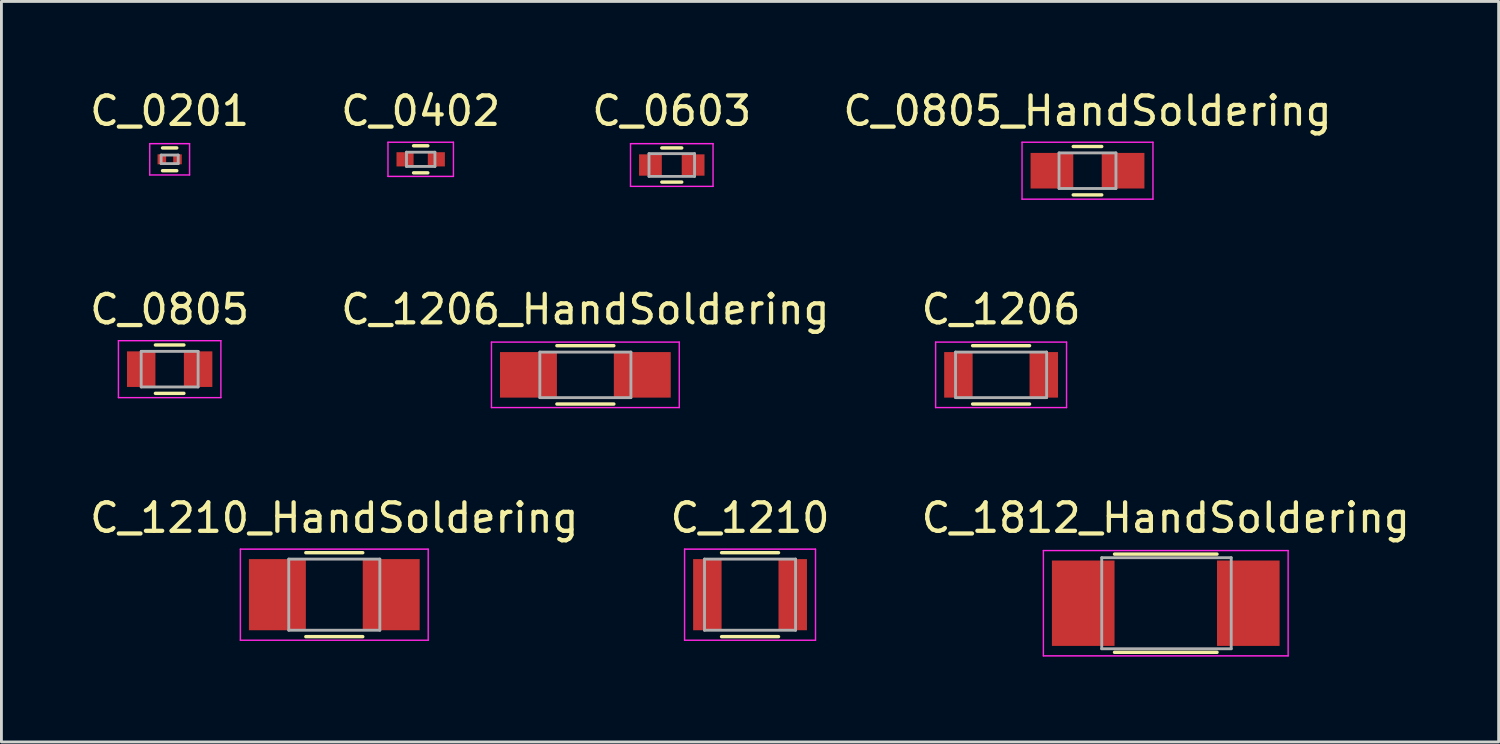
<source format=kicad_pcb>
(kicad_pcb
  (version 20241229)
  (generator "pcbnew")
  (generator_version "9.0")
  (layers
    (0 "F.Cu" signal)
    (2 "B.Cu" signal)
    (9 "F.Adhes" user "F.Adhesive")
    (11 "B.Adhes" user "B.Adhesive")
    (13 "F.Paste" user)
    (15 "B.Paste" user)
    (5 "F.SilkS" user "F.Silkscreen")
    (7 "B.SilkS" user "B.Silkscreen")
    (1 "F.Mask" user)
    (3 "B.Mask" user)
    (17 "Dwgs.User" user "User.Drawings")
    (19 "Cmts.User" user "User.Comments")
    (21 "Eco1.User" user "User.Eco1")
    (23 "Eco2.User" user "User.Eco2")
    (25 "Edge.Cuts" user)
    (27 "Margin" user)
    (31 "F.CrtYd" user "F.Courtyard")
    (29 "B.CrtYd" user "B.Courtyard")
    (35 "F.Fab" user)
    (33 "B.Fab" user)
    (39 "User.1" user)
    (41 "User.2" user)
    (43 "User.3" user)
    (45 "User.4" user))
  (footprint "C_0402"
    (layer "F.Cu")
    (at 11.732 2.548)
    (property "Reference" "C_0402" (at 0 -1.7 0) (layer "F.SilkS") (effects (font (size 1 1) (thickness 0.15))))
    (attr smd)
    (fp_line (start -0.25 0.475) (end 0.25 0.475) (stroke (width 0.12) (type solid)) (layer "F.SilkS"))
    (fp_line (start 0.25 -0.475) (end -0.25 -0.475) (stroke (width 0.12) (type solid)) (layer "F.SilkS"))
    (fp_line (start -1.15 -0.6) (end -1.15 0.6) (stroke (width 0.05) (type solid)) (layer "F.CrtYd"))
    (fp_line (start -1.15 -0.6) (end 1.15 -0.6) (stroke (width 0.05) (type solid)) (layer "F.CrtYd"))
    (fp_line (start -1.15 0.6) (end 1.15 0.6) (stroke (width 0.05) (type solid)) (layer "F.CrtYd"))
    (fp_line (start 1.15 -0.6) (end 1.15 0.6) (stroke (width 0.05) (type solid)) (layer "F.CrtYd"))
    (fp_line (start -0.5 -0.25) (end 0.5 -0.25) (stroke (width 0.1) (type solid)) (layer "F.Fab"))
    (fp_line (start -0.5 0.25) (end -0.5 -0.25) (stroke (width 0.1) (type solid)) (layer "F.Fab"))
    (fp_line (start 0.5 -0.25) (end 0.5 0.25) (stroke (width 0.1) (type solid)) (layer "F.Fab"))
    (fp_line (start 0.5 0.25) (end -0.5 0.25) (stroke (width 0.1) (type solid)) (layer "F.Fab"))
    (pad "1" smd rect (at -0.55 0) (size 0.6 0.5) (layers "F.Cu" "F.Mask" "F.Paste"))
    (pad "2" smd rect (at 0.55 0) (size 0.6 0.5) (layers "F.Cu" "F.Mask" "F.Paste")))
  (footprint "C_1210_HandSoldering"
    (layer "F.Cu")
    (at 8.696 17.845)
    (property "Reference" "C_1210_HandSoldering" (at 0 -2.7 0) (layer "F.SilkS") (effects (font (size 1 1) (thickness 0.15))))
    (attr smd)
    (fp_line (start -1 1.475) (end 1 1.475) (stroke (width 0.12) (type solid)) (layer "F.SilkS"))
    (fp_line (start 1 -1.475) (end -1 -1.475) (stroke (width 0.12) (type solid)) (layer "F.SilkS"))
    (fp_line (start -3.3 -1.6) (end -3.3 1.6) (stroke (width 0.05) (type solid)) (layer "F.CrtYd"))
    (fp_line (start -3.3 -1.6) (end 3.3 -1.6) (stroke (width 0.05) (type solid)) (layer "F.CrtYd"))
    (fp_line (start -3.3 1.6) (end 3.3 1.6) (stroke (width 0.05) (type solid)) (layer "F.CrtYd"))
    (fp_line (start 3.3 -1.6) (end 3.3 1.6) (stroke (width 0.05) (type solid)) (layer "F.CrtYd"))
    (fp_line (start -1.6 -1.25) (end 1.6 -1.25) (stroke (width 0.1) (type solid)) (layer "F.Fab"))
    (fp_line (start -1.6 1.25) (end -1.6 -1.25) (stroke (width 0.1) (type solid)) (layer "F.Fab"))
    (fp_line (start 1.6 -1.25) (end 1.6 1.25) (stroke (width 0.1) (type solid)) (layer "F.Fab"))
    (fp_line (start 1.6 1.25) (end -1.6 1.25) (stroke (width 0.1) (type solid)) (layer "F.Fab"))
    (pad "1" smd rect (at -2 0) (size 2 2.5) (layers "F.Cu" "F.Mask" "F.Paste"))
    (pad "2" smd rect (at 2 0) (size 2 2.5) (layers "F.Cu" "F.Mask" "F.Paste")))
  (footprint "C_1206_HandSoldering"
    (layer "F.Cu")
    (at 17.518 10.121)
    (property "Reference" "C_1206_HandSoldering" (at 0 -2.3 0) (layer "F.SilkS") (effects (font (size 1 1) (thickness 0.15))))
    (attr smd)
    (fp_line (start -1 1.025) (end 1 1.025) (stroke (width 0.12) (type solid)) (layer "F.SilkS"))
    (fp_line (start 1 -1.025) (end -1 -1.025) (stroke (width 0.12) (type solid)) (layer "F.SilkS"))
    (fp_line (start -3.3 -1.15) (end -3.3 1.15) (stroke (width 0.05) (type solid)) (layer "F.CrtYd"))
    (fp_line (start -3.3 -1.15) (end 3.3 -1.15) (stroke (width 0.05) (type solid)) (layer "F.CrtYd"))
    (fp_line (start -3.3 1.15) (end 3.3 1.15) (stroke (width 0.05) (type solid)) (layer "F.CrtYd"))
    (fp_line (start 3.3 -1.15) (end 3.3 1.15) (stroke (width 0.05) (type solid)) (layer "F.CrtYd"))
    (fp_line (start -1.6 -0.8) (end 1.6 -0.8) (stroke (width 0.1) (type solid)) (layer "F.Fab"))
    (fp_line (start -1.6 0.8) (end -1.6 -0.8) (stroke (width 0.1) (type solid)) (layer "F.Fab"))
    (fp_line (start 1.6 -0.8) (end 1.6 0.8) (stroke (width 0.1) (type solid)) (layer "F.Fab"))
    (fp_line (start 1.6 0.8) (end -1.6 0.8) (stroke (width 0.1) (type solid)) (layer "F.Fab"))
    (pad "1" smd rect (at -2 0) (size 2 1.6) (layers "F.Cu" "F.Mask" "F.Paste"))
    (pad "2" smd rect (at 2 0) (size 2 1.6) (layers "F.Cu" "F.Mask" "F.Paste")))
  (footprint "C_0805_HandSoldering"
    (layer "F.Cu")
    (at 35.161 2.948)
    (property "Reference" "C_0805_HandSoldering" (at 0 -2.1 0) (layer "F.SilkS") (effects (font (size 1 1) (thickness 0.15))))
    (attr smd)
    (fp_line (start -0.5 0.85) (end 0.5 0.85) (stroke (width 0.12) (type solid)) (layer "F.SilkS"))
    (fp_line (start 0.5 -0.85) (end -0.5 -0.85) (stroke (width 0.12) (type solid)) (layer "F.SilkS"))
    (fp_line (start -2.3 -1) (end -2.3 1) (stroke (width 0.05) (type solid)) (layer "F.CrtYd"))
    (fp_line (start -2.3 -1) (end 2.3 -1) (stroke (width 0.05) (type solid)) (layer "F.CrtYd"))
    (fp_line (start -2.3 1) (end 2.3 1) (stroke (width 0.05) (type solid)) (layer "F.CrtYd"))
    (fp_line (start 2.3 -1) (end 2.3 1) (stroke (width 0.05) (type solid)) (layer "F.CrtYd"))
    (fp_line (start -1 -0.625) (end 1 -0.625) (stroke (width 0.1) (type solid)) (layer "F.Fab"))
    (fp_line (start -1 0.625) (end -1 -0.625) (stroke (width 0.1) (type solid)) (layer "F.Fab"))
    (fp_line (start 1 -0.625) (end 1 0.625) (stroke (width 0.1) (type solid)) (layer "F.Fab"))
    (fp_line (start 1 0.625) (end -1 0.625) (stroke (width 0.1) (type solid)) (layer "F.Fab"))
    (pad "1" smd rect (at -1.25 0) (size 1.5 1.25) (layers "F.Cu" "F.Mask" "F.Paste"))
    (pad "2" smd rect (at 1.25 0) (size 1.5 1.25) (layers "F.Cu" "F.Mask" "F.Paste")))
  (footprint "C_0603"
    (layer "F.Cu")
    (at 20.554 2.748)
    (property "Reference" "C_0603" (at 0 -1.9 0) (layer "F.SilkS") (effects (font (size 1 1) (thickness 0.15))))
    (attr smd)
    (fp_line (start -0.35 -0.6) (end 0.35 -0.6) (stroke (width 0.12) (type solid)) (layer "F.SilkS"))
    (fp_line (start 0.35 0.6) (end -0.35 0.6) (stroke (width 0.12) (type solid)) (layer "F.SilkS"))
    (fp_line (start -1.45 -0.75) (end -1.45 0.75) (stroke (width 0.05) (type solid)) (layer "F.CrtYd"))
    (fp_line (start -1.45 -0.75) (end 1.45 -0.75) (stroke (width 0.05) (type solid)) (layer "F.CrtYd"))
    (fp_line (start -1.45 0.75) (end 1.45 0.75) (stroke (width 0.05) (type solid)) (layer "F.CrtYd"))
    (fp_line (start 1.45 -0.75) (end 1.45 0.75) (stroke (width 0.05) (type solid)) (layer "F.CrtYd"))
    (fp_line (start -0.8 -0.4) (end 0.8 -0.4) (stroke (width 0.1) (type solid)) (layer "F.Fab"))
    (fp_line (start -0.8 0.4) (end -0.8 -0.4) (stroke (width 0.1) (type solid)) (layer "F.Fab"))
    (fp_line (start 0.8 -0.4) (end 0.8 0.4) (stroke (width 0.1) (type solid)) (layer "F.Fab"))
    (fp_line (start 0.8 0.4) (end -0.8 0.4) (stroke (width 0.1) (type solid)) (layer "F.Fab"))
    (pad "1" smd rect (at -0.75 0) (size 0.8 0.75) (layers "F.Cu" "F.Mask" "F.Paste"))
    (pad "2" smd rect (at 0.75 0) (size 0.8 0.75) (layers "F.Cu" "F.Mask" "F.Paste")))
  (footprint "C_0805"
    (layer "F.Cu")
    (at 2.911 9.921)
    (property "Reference" "C_0805" (at 0 -2.1 0) (layer "F.SilkS") (effects (font (size 1 1) (thickness 0.15))))
    (attr smd)
    (fp_line (start -0.5 0.85) (end 0.5 0.85) (stroke (width 0.12) (type solid)) (layer "F.SilkS"))
    (fp_line (start 0.5 -0.85) (end -0.5 -0.85) (stroke (width 0.12) (type solid)) (layer "F.SilkS"))
    (fp_line (start -1.8 -1) (end -1.8 1) (stroke (width 0.05) (type solid)) (layer "F.CrtYd"))
    (fp_line (start -1.8 -1) (end 1.8 -1) (stroke (width 0.05) (type solid)) (layer "F.CrtYd"))
    (fp_line (start -1.8 1) (end 1.8 1) (stroke (width 0.05) (type solid)) (layer "F.CrtYd"))
    (fp_line (start 1.8 -1) (end 1.8 1) (stroke (width 0.05) (type solid)) (layer "F.CrtYd"))
    (fp_line (start -1 -0.625) (end 1 -0.625) (stroke (width 0.1) (type solid)) (layer "F.Fab"))
    (fp_line (start -1 0.625) (end -1 -0.625) (stroke (width 0.1) (type solid)) (layer "F.Fab"))
    (fp_line (start 1 -0.625) (end 1 0.625) (stroke (width 0.1) (type solid)) (layer "F.Fab"))
    (fp_line (start 1 0.625) (end -1 0.625) (stroke (width 0.1) (type solid)) (layer "F.Fab"))
    (pad "1" smd rect (at -1 0) (size 1 1.25) (layers "F.Cu" "F.Mask" "F.Paste"))
    (pad "2" smd rect (at 1 0) (size 1 1.25) (layers "F.Cu" "F.Mask" "F.Paste")))
  (footprint "C_1206"
    (layer "F.Cu")
    (at 32.125 10.121)
    (property "Reference" "C_1206" (at 0 -2.3 0) (layer "F.SilkS") (effects (font (size 1 1) (thickness 0.15))))
    (attr smd)
    (fp_line (start -1 1.025) (end 1 1.025) (stroke (width 0.12) (type solid)) (layer "F.SilkS"))
    (fp_line (start 1 -1.025) (end -1 -1.025) (stroke (width 0.12) (type solid)) (layer "F.SilkS"))
    (fp_line (start -2.3 -1.15) (end -2.3 1.15) (stroke (width 0.05) (type solid)) (layer "F.CrtYd"))
    (fp_line (start -2.3 -1.15) (end 2.3 -1.15) (stroke (width 0.05) (type solid)) (layer "F.CrtYd"))
    (fp_line (start -2.3 1.15) (end 2.3 1.15) (stroke (width 0.05) (type solid)) (layer "F.CrtYd"))
    (fp_line (start 2.3 -1.15) (end 2.3 1.15) (stroke (width 0.05) (type solid)) (layer "F.CrtYd"))
    (fp_line (start -1.6 -0.8) (end 1.6 -0.8) (stroke (width 0.1) (type solid)) (layer "F.Fab"))
    (fp_line (start -1.6 0.8) (end -1.6 -0.8) (stroke (width 0.1) (type solid)) (layer "F.Fab"))
    (fp_line (start 1.6 -0.8) (end 1.6 0.8) (stroke (width 0.1) (type solid)) (layer "F.Fab"))
    (fp_line (start 1.6 0.8) (end -1.6 0.8) (stroke (width 0.1) (type solid)) (layer "F.Fab"))
    (pad "1" smd rect (at -1.5 0) (size 1 1.6) (layers "F.Cu" "F.Mask" "F.Paste"))
    (pad "2" smd rect (at 1.5 0) (size 1 1.6) (layers "F.Cu" "F.Mask" "F.Paste")))
  (footprint "C_0201"
    (layer "F.Cu")
    (at 2.911 2.548)
    (property "Reference" "C_0201" (at 0 -1.7 0) (layer "F.SilkS") (effects (font (size 1 1) (thickness 0.15))))
    (attr smd)
    (fp_line (start -0.25 -0.4) (end 0.25 -0.4) (stroke (width 0.12) (type solid)) (layer "F.SilkS"))
    (fp_line (start 0.25 0.4) (end -0.25 0.4) (stroke (width 0.12) (type solid)) (layer "F.SilkS"))
    (fp_line (start -0.7 -0.55) (end -0.7 0.55) (stroke (width 0.05) (type solid)) (layer "F.CrtYd"))
    (fp_line (start -0.7 -0.55) (end 0.7 -0.55) (stroke (width 0.05) (type solid)) (layer "F.CrtYd"))
    (fp_line (start -0.7 0.55) (end 0.7 0.55) (stroke (width 0.05) (type solid)) (layer "F.CrtYd"))
    (fp_line (start 0.7 -0.55) (end 0.7 0.55) (stroke (width 0.05) (type solid)) (layer "F.CrtYd"))
    (fp_line (start -0.3 -0.15) (end 0.3 -0.15) (stroke (width 0.1) (type solid)) (layer "F.Fab"))
    (fp_line (start -0.3 0.15) (end -0.3 -0.15) (stroke (width 0.1) (type solid)) (layer "F.Fab"))
    (fp_line (start 0.3 -0.15) (end 0.3 0.15) (stroke (width 0.1) (type solid)) (layer "F.Fab"))
    (fp_line (start 0.3 0.15) (end -0.3 0.15) (stroke (width 0.1) (type solid)) (layer "F.Fab"))
    (pad "1" smd rect (at -0.275 0) (size 0.3 0.35) (layers "F.Cu" "F.Mask" "F.Paste"))
    (pad "2" smd rect (at 0.275 0) (size 0.3 0.35) (layers "F.Cu" "F.Mask" "F.Paste")))
  (footprint "C_1812_HandSoldering"
    (layer "F.Cu")
    (at 37.911 18.145)
    (property "Reference" "C_1812_HandSoldering" (at 0 -3 0) (layer "F.SilkS") (effects (font (size 1 1) (thickness 0.15))))
    (attr smd)
    (fp_line (start -1.8 1.725) (end 1.8 1.725) (stroke (width 0.12) (type solid)) (layer "F.SilkS"))
    (fp_line (start 1.8 -1.725) (end -1.8 -1.725) (stroke (width 0.12) (type solid)) (layer "F.SilkS"))
    (fp_line (start -4.3 -1.85) (end -4.3 1.85) (stroke (width 0.05) (type solid)) (layer "F.CrtYd"))
    (fp_line (start -4.3 -1.85) (end 4.3 -1.85) (stroke (width 0.05) (type solid)) (layer "F.CrtYd"))
    (fp_line (start -4.3 1.85) (end 4.3 1.85) (stroke (width 0.05) (type solid)) (layer "F.CrtYd"))
    (fp_line (start 4.3 -1.85) (end 4.3 1.85) (stroke (width 0.05) (type solid)) (layer "F.CrtYd"))
    (fp_line (start -2.25 -1.6) (end 2.3 -1.6) (stroke (width 0.1) (type solid)) (layer "F.Fab"))
    (fp_line (start -2.25 1.6) (end -2.25 -1.6) (stroke (width 0.1) (type solid)) (layer "F.Fab"))
    (fp_line (start 2.3 -1.6) (end 2.3 1.6) (stroke (width 0.1) (type solid)) (layer "F.Fab"))
    (fp_line (start 2.3 1.6) (end -2.25 1.6) (stroke (width 0.1) (type solid)) (layer "F.Fab"))
    (pad "1" smd rect (at -2.9 0) (size 2.2 3) (layers "F.Cu" "F.Mask" "F.Paste"))
    (pad "2" smd rect (at 2.9 0) (size 2.2 3) (layers "F.Cu" "F.Mask" "F.Paste")))
  (footprint "C_1210"
    (layer "F.Cu")
    (at 23.304 17.845)
    (property "Reference" "C_1210" (at 0 -2.7 0) (layer "F.SilkS") (effects (font (size 1 1) (thickness 0.15))))
    (attr smd)
    (fp_line (start -1 1.475) (end 1 1.475) (stroke (width 0.12) (type solid)) (layer "F.SilkS"))
    (fp_line (start 1 -1.475) (end -1 -1.475) (stroke (width 0.12) (type solid)) (layer "F.SilkS"))
    (fp_line (start -2.3 -1.6) (end -2.3 1.6) (stroke (width 0.05) (type solid)) (layer "F.CrtYd"))
    (fp_line (start -2.3 -1.6) (end 2.3 -1.6) (stroke (width 0.05) (type solid)) (layer "F.CrtYd"))
    (fp_line (start -2.3 1.6) (end 2.3 1.6) (stroke (width 0.05) (type solid)) (layer "F.CrtYd"))
    (fp_line (start 2.3 -1.6) (end 2.3 1.6) (stroke (width 0.05) (type solid)) (layer "F.CrtYd"))
    (fp_line (start -1.6 -1.25) (end 1.6 -1.25) (stroke (width 0.1) (type solid)) (layer "F.Fab"))
    (fp_line (start -1.6 1.25) (end -1.6 -1.25) (stroke (width 0.1) (type solid)) (layer "F.Fab"))
    (fp_line (start 1.6 -1.25) (end 1.6 1.25) (stroke (width 0.1) (type solid)) (layer "F.Fab"))
    (fp_line (start 1.6 1.25) (end -1.6 1.25) (stroke (width 0.1) (type solid)) (layer "F.Fab"))
    (pad "1" smd rect (at -1.5 0) (size 1 2.5) (layers "F.Cu" "F.Mask" "F.Paste"))
    (pad "2" smd rect (at 1.5 0) (size 1 2.5) (layers "F.Cu" "F.Mask" "F.Paste")))
  (gr_rect
    (start -3 -3)
    (end 49.607 23.02)
    (stroke (width 0.1) (type default))
    (fill no)
    (layer "Edge.Cuts")))
</source>
